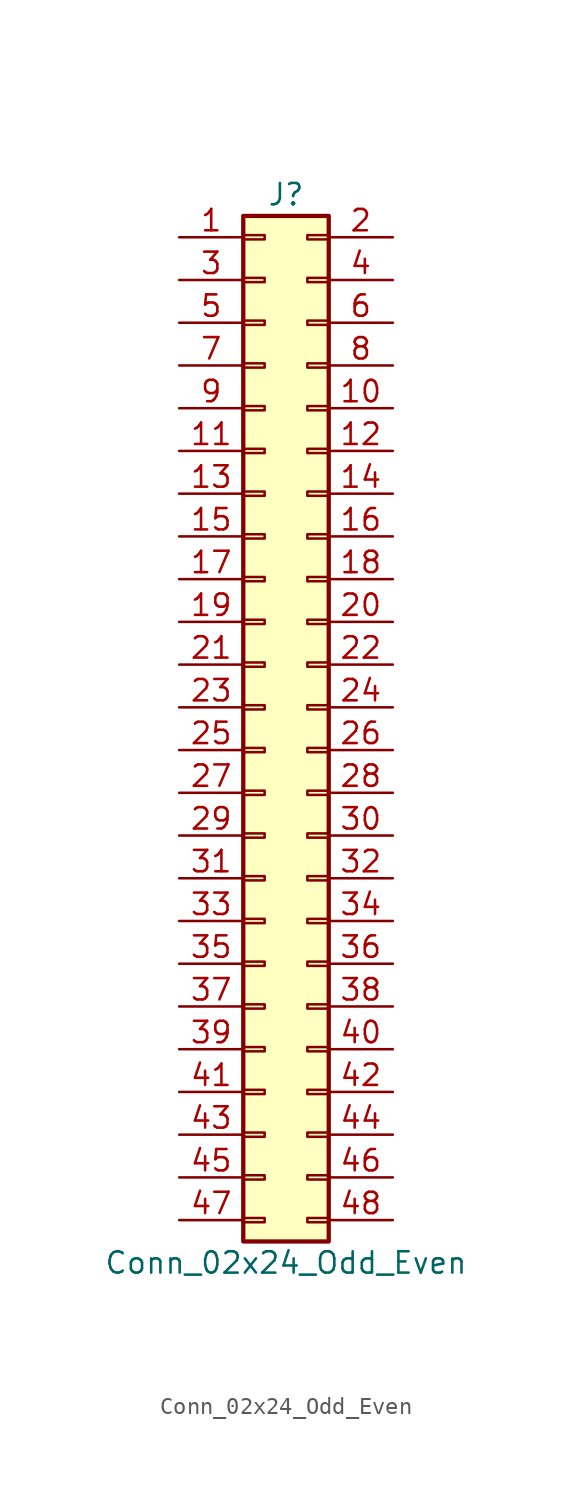
<source format=kicad_sym>
(kicad_symbol_lib
  (version 20220914)
  (generator kicad_symbol_editor)
  (symbol "Conn_02x24_Odd_Even"
    (pin_names
      (offset 1.016) hide)
    (property "Reference" "J"
      (at 1.27 30.48 0)
      (effects (font (size 1.27 1.27))))
    (property "Value" "Conn_02x24_Odd_Even"
      (at 1.27 -33.02 0)
      (effects (font (size 1.27 1.27))))
    (symbol "Conn_02x24_Odd_Even_1_1"
      (rectangle (start -1.27 -30.353) (end 0 -30.607) (stroke (width 0.152) (type default)) (fill (type none)))
      (rectangle (start -1.27 -27.813) (end 0 -28.067) (stroke (width 0.152) (type default)) (fill (type none)))
      (rectangle (start -1.27 -25.273) (end 0 -25.527) (stroke (width 0.152) (type default)) (fill (type none)))
      (rectangle (start -1.27 -22.733) (end 0 -22.987) (stroke (width 0.152) (type default)) (fill (type none)))
      (rectangle (start -1.27 -20.193) (end 0 -20.447) (stroke (width 0.152) (type default)) (fill (type none)))
      (rectangle (start -1.27 -17.653) (end 0 -17.907) (stroke (width 0.152) (type default)) (fill (type none)))
      (rectangle (start -1.27 -15.113) (end 0 -15.367) (stroke (width 0.152) (type default)) (fill (type none)))
      (rectangle (start -1.27 -12.573) (end 0 -12.827) (stroke (width 0.152) (type default)) (fill (type none)))
      (rectangle (start -1.27 -10.033) (end 0 -10.287) (stroke (width 0.152) (type default)) (fill (type none)))
      (rectangle (start -1.27 -7.493) (end 0 -7.747) (stroke (width 0.152) (type default)) (fill (type none)))
      (rectangle (start -1.27 -4.953) (end 0 -5.207) (stroke (width 0.152) (type default)) (fill (type none)))
      (rectangle (start -1.27 -2.413) (end 0 -2.667) (stroke (width 0.152) (type default)) (fill (type none)))
      (rectangle (start -1.27 0.127) (end 0 -0.127) (stroke (width 0.152) (type default)) (fill (type none)))
      (rectangle (start -1.27 2.667) (end 0 2.413) (stroke (width 0.152) (type default)) (fill (type none)))
      (rectangle (start -1.27 5.207) (end 0 4.953) (stroke (width 0.152) (type default)) (fill (type none)))
      (rectangle (start -1.27 7.747) (end 0 7.493) (stroke (width 0.152) (type default)) (fill (type none)))
      (rectangle (start -1.27 10.287) (end 0 10.033) (stroke (width 0.152) (type default)) (fill (type none)))
      (rectangle (start -1.27 12.827) (end 0 12.573) (stroke (width 0.152) (type default)) (fill (type none)))
      (rectangle (start -1.27 15.367) (end 0 15.113) (stroke (width 0.152) (type default)) (fill (type none)))
      (rectangle (start -1.27 17.907) (end 0 17.653) (stroke (width 0.152) (type default)) (fill (type none)))
      (rectangle (start -1.27 20.447) (end 0 20.193) (stroke (width 0.152) (type default)) (fill (type none)))
      (rectangle (start -1.27 22.987) (end 0 22.733) (stroke (width 0.152) (type default)) (fill (type none)))
      (rectangle (start -1.27 25.527) (end 0 25.273) (stroke (width 0.152) (type default)) (fill (type none)))
      (rectangle (start -1.27 28.067) (end 0 27.813) (stroke (width 0.152) (type default)) (fill (type none)))
      (rectangle (start -1.27 29.21) (end 3.81 -31.75) (stroke (width 0.254) (type default)) (fill (type background)))
      (rectangle (start 3.81 -30.353) (end 2.54 -30.607) (stroke (width 0.152) (type default)) (fill (type none)))
      (rectangle (start 3.81 -27.813) (end 2.54 -28.067) (stroke (width 0.152) (type default)) (fill (type none)))
      (rectangle (start 3.81 -25.273) (end 2.54 -25.527) (stroke (width 0.152) (type default)) (fill (type none)))
      (rectangle (start 3.81 -22.733) (end 2.54 -22.987) (stroke (width 0.152) (type default)) (fill (type none)))
      (rectangle (start 3.81 -20.193) (end 2.54 -20.447) (stroke (width 0.152) (type default)) (fill (type none)))
      (rectangle (start 3.81 -17.653) (end 2.54 -17.907) (stroke (width 0.152) (type default)) (fill (type none)))
      (rectangle (start 3.81 -15.113) (end 2.54 -15.367) (stroke (width 0.152) (type default)) (fill (type none)))
      (rectangle (start 3.81 -12.573) (end 2.54 -12.827) (stroke (width 0.152) (type default)) (fill (type none)))
      (rectangle (start 3.81 -10.033) (end 2.54 -10.287) (stroke (width 0.152) (type default)) (fill (type none)))
      (rectangle (start 3.81 -7.493) (end 2.54 -7.747) (stroke (width 0.152) (type default)) (fill (type none)))
      (rectangle (start 3.81 -4.953) (end 2.54 -5.207) (stroke (width 0.152) (type default)) (fill (type none)))
      (rectangle (start 3.81 -2.413) (end 2.54 -2.667) (stroke (width 0.152) (type default)) (fill (type none)))
      (rectangle (start 3.81 0.127) (end 2.54 -0.127) (stroke (width 0.152) (type default)) (fill (type none)))
      (rectangle (start 3.81 2.667) (end 2.54 2.413) (stroke (width 0.152) (type default)) (fill (type none)))
      (rectangle (start 3.81 5.207) (end 2.54 4.953) (stroke (width 0.152) (type default)) (fill (type none)))
      (rectangle (start 3.81 7.747) (end 2.54 7.493) (stroke (width 0.152) (type default)) (fill (type none)))
      (rectangle (start 3.81 10.287) (end 2.54 10.033) (stroke (width 0.152) (type default)) (fill (type none)))
      (rectangle (start 3.81 12.827) (end 2.54 12.573) (stroke (width 0.152) (type default)) (fill (type none)))
      (rectangle (start 3.81 15.367) (end 2.54 15.113) (stroke (width 0.152) (type default)) (fill (type none)))
      (rectangle (start 3.81 17.907) (end 2.54 17.653) (stroke (width 0.152) (type default)) (fill (type none)))
      (rectangle (start 3.81 20.447) (end 2.54 20.193) (stroke (width 0.152) (type default)) (fill (type none)))
      (rectangle (start 3.81 22.987) (end 2.54 22.733) (stroke (width 0.152) (type default)) (fill (type none)))
      (rectangle (start 3.81 25.527) (end 2.54 25.273) (stroke (width 0.152) (type default)) (fill (type none)))
      (rectangle (start 3.81 28.067) (end 2.54 27.813) (stroke (width 0.152) (type default)) (fill (type none)))
      (pin passive line (at -5.08 27.94 0) (length 3.81) (name "Pin_1" (effects (font (size 1.27 1.27)))) (number "1" (effects (font (size 1.27 1.27)))))
      (pin passive line (at 7.62 17.78 180) (length 3.81) (name "Pin_10" (effects (font (size 1.27 1.27)))) (number "10" (effects (font (size 1.27 1.27)))))
      (pin passive line (at -5.08 15.24 0) (length 3.81) (name "Pin_11" (effects (font (size 1.27 1.27)))) (number "11" (effects (font (size 1.27 1.27)))))
      (pin passive line (at 7.62 15.24 180) (length 3.81) (name "Pin_12" (effects (font (size 1.27 1.27)))) (number "12" (effects (font (size 1.27 1.27)))))
      (pin passive line (at -5.08 12.7 0) (length 3.81) (name "Pin_13" (effects (font (size 1.27 1.27)))) (number "13" (effects (font (size 1.27 1.27)))))
      (pin passive line (at 7.62 12.7 180) (length 3.81) (name "Pin_14" (effects (font (size 1.27 1.27)))) (number "14" (effects (font (size 1.27 1.27)))))
      (pin passive line (at -5.08 10.16 0) (length 3.81) (name "Pin_15" (effects (font (size 1.27 1.27)))) (number "15" (effects (font (size 1.27 1.27)))))
      (pin passive line (at 7.62 10.16 180) (length 3.81) (name "Pin_16" (effects (font (size 1.27 1.27)))) (number "16" (effects (font (size 1.27 1.27)))))
      (pin passive line (at -5.08 7.62 0) (length 3.81) (name "Pin_17" (effects (font (size 1.27 1.27)))) (number "17" (effects (font (size 1.27 1.27)))))
      (pin passive line (at 7.62 7.62 180) (length 3.81) (name "Pin_18" (effects (font (size 1.27 1.27)))) (number "18" (effects (font (size 1.27 1.27)))))
      (pin passive line (at -5.08 5.08 0) (length 3.81) (name "Pin_19" (effects (font (size 1.27 1.27)))) (number "19" (effects (font (size 1.27 1.27)))))
      (pin passive line (at 7.62 27.94 180) (length 3.81) (name "Pin_2" (effects (font (size 1.27 1.27)))) (number "2" (effects (font (size 1.27 1.27)))))
      (pin passive line (at 7.62 5.08 180) (length 3.81) (name "Pin_20" (effects (font (size 1.27 1.27)))) (number "20" (effects (font (size 1.27 1.27)))))
      (pin passive line (at -5.08 2.54 0) (length 3.81) (name "Pin_21" (effects (font (size 1.27 1.27)))) (number "21" (effects (font (size 1.27 1.27)))))
      (pin passive line (at 7.62 2.54 180) (length 3.81) (name "Pin_22" (effects (font (size 1.27 1.27)))) (number "22" (effects (font (size 1.27 1.27)))))
      (pin passive line (at -5.08 0 0) (length 3.81) (name "Pin_23" (effects (font (size 1.27 1.27)))) (number "23" (effects (font (size 1.27 1.27)))))
      (pin passive line (at 7.62 0 180) (length 3.81) (name "Pin_24" (effects (font (size 1.27 1.27)))) (number "24" (effects (font (size 1.27 1.27)))))
      (pin passive line (at -5.08 -2.54 0) (length 3.81) (name "Pin_25" (effects (font (size 1.27 1.27)))) (number "25" (effects (font (size 1.27 1.27)))))
      (pin passive line (at 7.62 -2.54 180) (length 3.81) (name "Pin_26" (effects (font (size 1.27 1.27)))) (number "26" (effects (font (size 1.27 1.27)))))
      (pin passive line (at -5.08 -5.08 0) (length 3.81) (name "Pin_27" (effects (font (size 1.27 1.27)))) (number "27" (effects (font (size 1.27 1.27)))))
      (pin passive line (at 7.62 -5.08 180) (length 3.81) (name "Pin_28" (effects (font (size 1.27 1.27)))) (number "28" (effects (font (size 1.27 1.27)))))
      (pin passive line (at -5.08 -7.62 0) (length 3.81) (name "Pin_29" (effects (font (size 1.27 1.27)))) (number "29" (effects (font (size 1.27 1.27)))))
      (pin passive line (at -5.08 25.4 0) (length 3.81) (name "Pin_3" (effects (font (size 1.27 1.27)))) (number "3" (effects (font (size 1.27 1.27)))))
      (pin passive line (at 7.62 -7.62 180) (length 3.81) (name "Pin_30" (effects (font (size 1.27 1.27)))) (number "30" (effects (font (size 1.27 1.27)))))
      (pin passive line (at -5.08 -10.16 0) (length 3.81) (name "Pin_31" (effects (font (size 1.27 1.27)))) (number "31" (effects (font (size 1.27 1.27)))))
      (pin passive line (at 7.62 -10.16 180) (length 3.81) (name "Pin_32" (effects (font (size 1.27 1.27)))) (number "32" (effects (font (size 1.27 1.27)))))
      (pin passive line (at -5.08 -12.7 0) (length 3.81) (name "Pin_33" (effects (font (size 1.27 1.27)))) (number "33" (effects (font (size 1.27 1.27)))))
      (pin passive line (at 7.62 -12.7 180) (length 3.81) (name "Pin_34" (effects (font (size 1.27 1.27)))) (number "34" (effects (font (size 1.27 1.27)))))
      (pin passive line (at -5.08 -15.24 0) (length 3.81) (name "Pin_35" (effects (font (size 1.27 1.27)))) (number "35" (effects (font (size 1.27 1.27)))))
      (pin passive line (at 7.62 -15.24 180) (length 3.81) (name "Pin_36" (effects (font (size 1.27 1.27)))) (number "36" (effects (font (size 1.27 1.27)))))
      (pin passive line (at -5.08 -17.78 0) (length 3.81) (name "Pin_37" (effects (font (size 1.27 1.27)))) (number "37" (effects (font (size 1.27 1.27)))))
      (pin passive line (at 7.62 -17.78 180) (length 3.81) (name "Pin_38" (effects (font (size 1.27 1.27)))) (number "38" (effects (font (size 1.27 1.27)))))
      (pin passive line (at -5.08 -20.32 0) (length 3.81) (name "Pin_39" (effects (font (size 1.27 1.27)))) (number "39" (effects (font (size 1.27 1.27)))))
      (pin passive line (at 7.62 25.4 180) (length 3.81) (name "Pin_4" (effects (font (size 1.27 1.27)))) (number "4" (effects (font (size 1.27 1.27)))))
      (pin passive line (at 7.62 -20.32 180) (length 3.81) (name "Pin_40" (effects (font (size 1.27 1.27)))) (number "40" (effects (font (size 1.27 1.27)))))
      (pin passive line (at -5.08 -22.86 0) (length 3.81) (name "Pin_41" (effects (font (size 1.27 1.27)))) (number "41" (effects (font (size 1.27 1.27)))))
      (pin passive line (at 7.62 -22.86 180) (length 3.81) (name "Pin_42" (effects (font (size 1.27 1.27)))) (number "42" (effects (font (size 1.27 1.27)))))
      (pin passive line (at -5.08 -25.4 0) (length 3.81) (name "Pin_43" (effects (font (size 1.27 1.27)))) (number "43" (effects (font (size 1.27 1.27)))))
      (pin passive line (at 7.62 -25.4 180) (length 3.81) (name "Pin_44" (effects (font (size 1.27 1.27)))) (number "44" (effects (font (size 1.27 1.27)))))
      (pin passive line (at -5.08 -27.94 0) (length 3.81) (name "Pin_45" (effects (font (size 1.27 1.27)))) (number "45" (effects (font (size 1.27 1.27)))))
      (pin passive line (at 7.62 -27.94 180) (length 3.81) (name "Pin_46" (effects (font (size 1.27 1.27)))) (number "46" (effects (font (size 1.27 1.27)))))
      (pin passive line (at -5.08 -30.48 0) (length 3.81) (name "Pin_47" (effects (font (size 1.27 1.27)))) (number "47" (effects (font (size 1.27 1.27)))))
      (pin passive line (at 7.62 -30.48 180) (length 3.81) (name "Pin_48" (effects (font (size 1.27 1.27)))) (number "48" (effects (font (size 1.27 1.27)))))
      (pin passive line (at -5.08 22.86 0) (length 3.81) (name "Pin_5" (effects (font (size 1.27 1.27)))) (number "5" (effects (font (size 1.27 1.27)))))
      (pin passive line (at 7.62 22.86 180) (length 3.81) (name "Pin_6" (effects (font (size 1.27 1.27)))) (number "6" (effects (font (size 1.27 1.27)))))
      (pin passive line (at -5.08 20.32 0) (length 3.81) (name "Pin_7" (effects (font (size 1.27 1.27)))) (number "7" (effects (font (size 1.27 1.27)))))
      (pin passive line (at 7.62 20.32 180) (length 3.81) (name "Pin_8" (effects (font (size 1.27 1.27)))) (number "8" (effects (font (size 1.27 1.27)))))
      (pin passive line (at -5.08 17.78 0) (length 3.81) (name "Pin_9" (effects (font (size 1.27 1.27)))) (number "9" (effects (font (size 1.27 1.27))))))))
</source>
